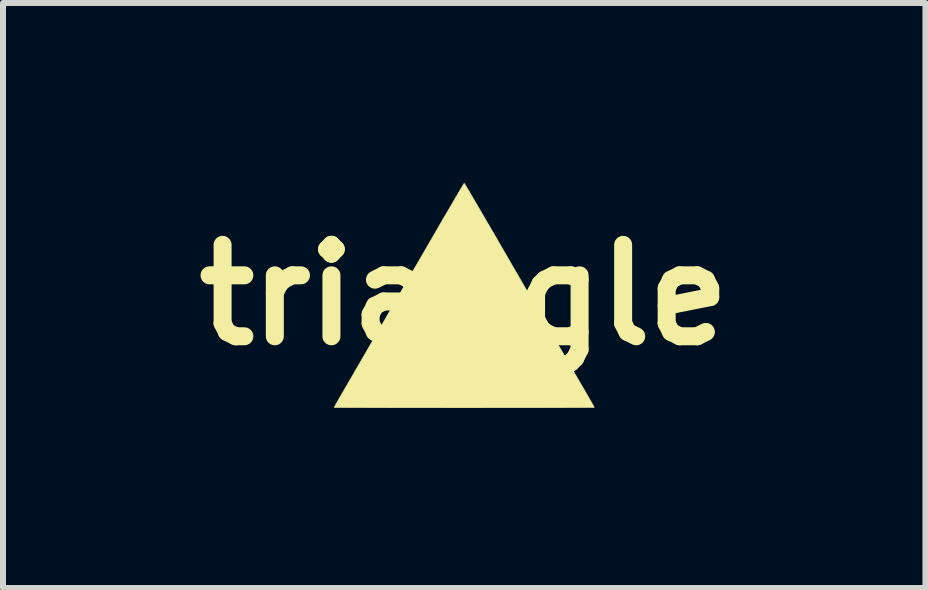
<source format=kicad_pcb>
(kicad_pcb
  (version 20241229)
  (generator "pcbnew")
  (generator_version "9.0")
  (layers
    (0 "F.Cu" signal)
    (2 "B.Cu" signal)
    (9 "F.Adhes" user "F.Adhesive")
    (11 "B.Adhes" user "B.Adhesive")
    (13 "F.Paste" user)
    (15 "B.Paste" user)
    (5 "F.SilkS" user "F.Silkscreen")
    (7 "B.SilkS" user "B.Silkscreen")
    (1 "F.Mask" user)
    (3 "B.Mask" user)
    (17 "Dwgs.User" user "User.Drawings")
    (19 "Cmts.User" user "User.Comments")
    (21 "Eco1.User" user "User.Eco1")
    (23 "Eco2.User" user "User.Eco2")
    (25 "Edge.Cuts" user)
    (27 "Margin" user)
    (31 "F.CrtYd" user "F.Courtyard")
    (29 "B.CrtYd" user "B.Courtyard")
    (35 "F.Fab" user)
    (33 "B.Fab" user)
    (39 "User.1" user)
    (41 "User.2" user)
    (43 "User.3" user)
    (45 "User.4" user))
  (footprint "triangle"
    (layer "F.Cu")
    (at 4.688 1.866)
    (property "Reference" "triangle" (at 0 0 0) (layer "F.SilkS") (effects (font (size 1.524 1.524) (thickness 0.3))))
    (attr through_hole)
    (fp_poly (pts (xy 0.009 -1.847) (xy 0.035 -1.805) (xy 0.075 -1.738) (xy 0.128 -1.647) (xy 0.194 -1.535) (xy 0.271 -1.403) (xy 0.358 -1.253) (xy 0.455 -1.088) (xy 0.559 -0.909) (xy 0.67 -0.717) (xy 0.786 -0.516) (xy 0.881 -0.353) (xy 1.006 -0.136) (xy 1.13 0.078) (xy 1.251 0.288) (xy 1.368 0.491) (xy 1.48 0.683) (xy 1.584 0.863) (xy 1.68 1.028) (xy 1.765 1.175) (xy 1.838 1.302) (xy 1.899 1.406) (xy 1.944 1.485) (xy 1.96 1.512) (xy 2.018 1.611) (xy 2.069 1.7) (xy 2.112 1.775) (xy 2.144 1.831) (xy 2.163 1.865) (xy 2.167 1.874) (xy 2.151 1.875) (xy 2.102 1.875) (xy 2.024 1.876) (xy 1.918 1.877) (xy 1.786 1.877) (xy 1.63 1.878) (xy 1.452 1.878) (xy 1.255 1.879) (xy 1.039 1.879) (xy 0.808 1.879) (xy 0.563 1.879) (xy 0.306 1.88) (xy 0.039 1.88) (xy 0 1.88) (xy -0.268 1.88) (xy -0.526 1.879) (xy -0.773 1.879) (xy -1.007 1.879) (xy -1.224 1.879) (xy -1.425 1.878) (xy -1.605 1.878) (xy -1.765 1.877) (xy -1.9 1.877) (xy -2.01 1.876) (xy -2.093 1.876) (xy -2.146 1.875) (xy -2.167 1.874) (xy -2.167 1.874) (xy -2.159 1.859) (xy -2.136 1.818) (xy -2.101 1.756) (xy -2.056 1.677) (xy -2.002 1.585) (xy -1.96 1.512) (xy -1.922 1.447) (xy -1.868 1.354) (xy -1.801 1.238) (xy -1.721 1.1) (xy -1.63 0.943) (xy -1.53 0.77) (xy -1.422 0.583) (xy -1.307 0.385) (xy -1.188 0.178) (xy -1.065 -0.035) (xy -0.94 -0.251) (xy -0.881 -0.353) (xy -0.76 -0.561) (xy -0.645 -0.76) (xy -0.535 -0.949) (xy -0.433 -1.125) (xy -0.339 -1.287) (xy -0.253 -1.433) (xy -0.179 -1.561) (xy -0.115 -1.669) (xy -0.065 -1.755) (xy -0.028 -1.817) (xy -0.006 -1.853) (xy 0 -1.861) (xy 0.009 -1.847)) (stroke (width 0.01) (type solid)) (fill yes) (layer "F.SilkS")))
  (gr_rect
    (start -3 -3)
    (end 12.376 6.751)
    (stroke (width 0.1) (type default))
    (fill no)
    (layer "Edge.Cuts")))
</source>
